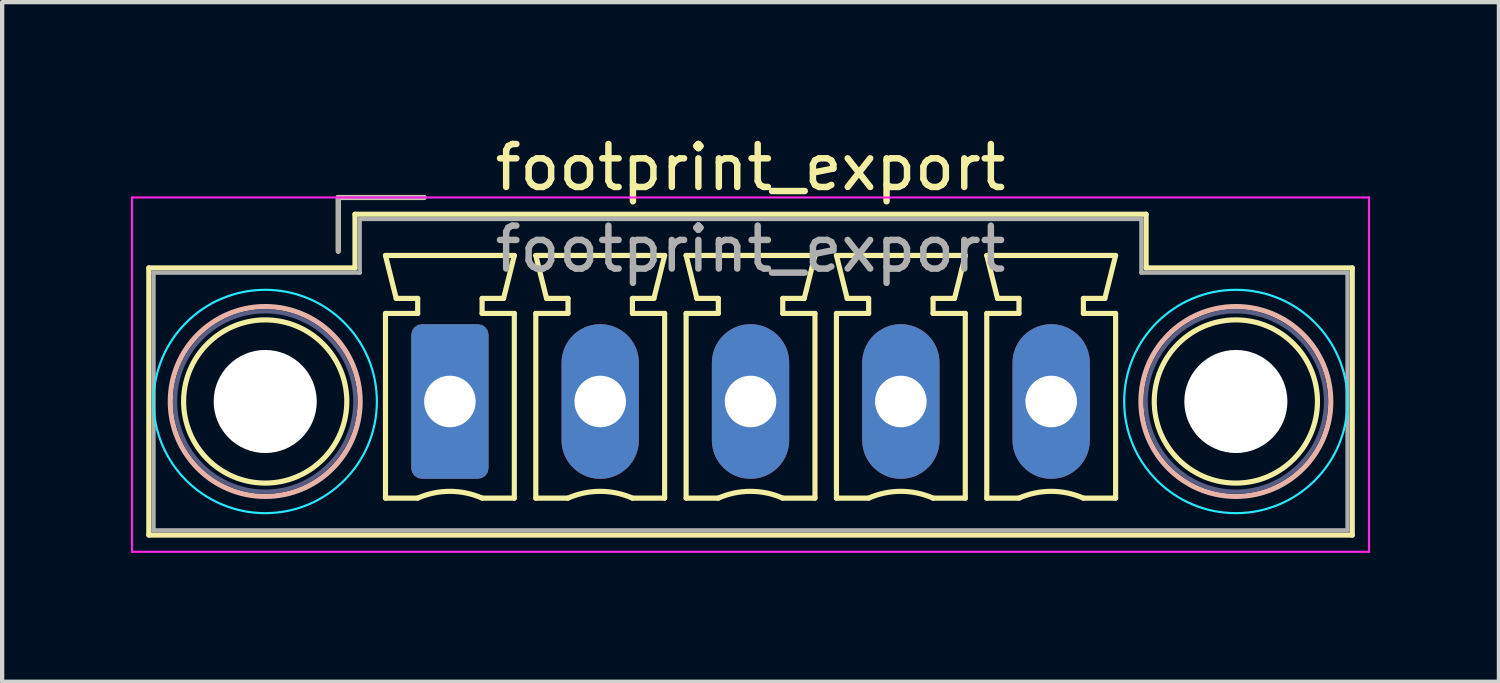
<source format=kicad_pcb>
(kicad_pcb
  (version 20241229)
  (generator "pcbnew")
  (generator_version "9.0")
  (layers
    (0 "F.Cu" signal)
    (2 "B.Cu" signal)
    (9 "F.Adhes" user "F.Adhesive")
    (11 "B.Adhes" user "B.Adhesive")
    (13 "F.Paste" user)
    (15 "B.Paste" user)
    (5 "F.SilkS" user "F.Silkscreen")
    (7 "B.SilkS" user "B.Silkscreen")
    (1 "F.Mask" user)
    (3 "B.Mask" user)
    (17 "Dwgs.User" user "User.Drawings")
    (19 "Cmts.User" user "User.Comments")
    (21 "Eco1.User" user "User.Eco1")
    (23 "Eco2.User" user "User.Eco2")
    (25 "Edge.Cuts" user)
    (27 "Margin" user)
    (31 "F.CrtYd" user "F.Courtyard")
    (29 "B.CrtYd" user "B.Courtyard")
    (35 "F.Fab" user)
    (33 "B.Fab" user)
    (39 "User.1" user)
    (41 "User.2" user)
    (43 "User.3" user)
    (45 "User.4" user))
  (footprint "footprint_export"
    (layer "F.Cu")
    (at 7.425 6.298)
    (property "Reference" "footprint_export" (at 7 -5.45 0) (layer "F.SilkS") (effects (font (size 1 1) (thickness 0.15))))
    (attr through_hole)
    (fp_line (start -7.01 -3.11) (end -7.01 3.11) (stroke (width 0.12) (type solid)) (layer "F.SilkS"))
    (fp_line (start -7.01 3.11) (end 21.01 3.11) (stroke (width 0.12) (type solid)) (layer "F.SilkS"))
    (fp_line (start -2.6 -4.75) (end -0.6 -4.75) (stroke (width 0.12) (type solid)) (layer "F.SilkS"))
    (fp_line (start -2.6 -3.5) (end -2.6 -4.75) (stroke (width 0.12) (type solid)) (layer "F.SilkS"))
    (fp_line (start -2.21 -4.36) (end -2.21 -3.11) (stroke (width 0.12) (type solid)) (layer "F.SilkS"))
    (fp_line (start -2.21 -3.11) (end -7.01 -3.11) (stroke (width 0.12) (type solid)) (layer "F.SilkS"))
    (fp_line (start -1.5 -3.4) (end 1.5 -3.4) (stroke (width 0.12) (type solid)) (layer "F.SilkS"))
    (fp_line (start -1.5 -2.05) (end -0.75 -2.05) (stroke (width 0.12) (type solid)) (layer "F.SilkS"))
    (fp_line (start -1.5 2.25) (end -1.5 -2.05) (stroke (width 0.12) (type solid)) (layer "F.SilkS"))
    (fp_line (start -1.25 -2.4) (end -1.5 -3.4) (stroke (width 0.12) (type solid)) (layer "F.SilkS"))
    (fp_line (start -0.75 -2.4) (end -1.25 -2.4) (stroke (width 0.12) (type solid)) (layer "F.SilkS"))
    (fp_line (start -0.75 -2.05) (end -0.75 -2.4) (stroke (width 0.12) (type solid)) (layer "F.SilkS"))
    (fp_line (start -0.75 2.25) (end -1.5 2.25) (stroke (width 0.12) (type solid)) (layer "F.SilkS"))
    (fp_line (start 0.75 -2.4) (end 0.75 -2.05) (stroke (width 0.12) (type solid)) (layer "F.SilkS"))
    (fp_line (start 0.75 -2.05) (end 1.5 -2.05) (stroke (width 0.12) (type solid)) (layer "F.SilkS"))
    (fp_line (start 1.25 -2.4) (end 0.75 -2.4) (stroke (width 0.12) (type solid)) (layer "F.SilkS"))
    (fp_line (start 1.5 -3.4) (end 1.25 -2.4) (stroke (width 0.12) (type solid)) (layer "F.SilkS"))
    (fp_line (start 1.5 -2.05) (end 1.5 2.25) (stroke (width 0.12) (type solid)) (layer "F.SilkS"))
    (fp_line (start 1.5 2.25) (end 0.75 2.25) (stroke (width 0.12) (type solid)) (layer "F.SilkS"))
    (fp_line (start 2 -3.4) (end 5 -3.4) (stroke (width 0.12) (type solid)) (layer "F.SilkS"))
    (fp_line (start 2 -2.05) (end 2.75 -2.05) (stroke (width 0.12) (type solid)) (layer "F.SilkS"))
    (fp_line (start 2 2.25) (end 2 -2.05) (stroke (width 0.12) (type solid)) (layer "F.SilkS"))
    (fp_line (start 2.25 -2.4) (end 2 -3.4) (stroke (width 0.12) (type solid)) (layer "F.SilkS"))
    (fp_line (start 2.75 -2.4) (end 2.25 -2.4) (stroke (width 0.12) (type solid)) (layer "F.SilkS"))
    (fp_line (start 2.75 -2.05) (end 2.75 -2.4) (stroke (width 0.12) (type solid)) (layer "F.SilkS"))
    (fp_line (start 2.75 2.25) (end 2 2.25) (stroke (width 0.12) (type solid)) (layer "F.SilkS"))
    (fp_line (start 4.25 -2.4) (end 4.25 -2.05) (stroke (width 0.12) (type solid)) (layer "F.SilkS"))
    (fp_line (start 4.25 -2.05) (end 5 -2.05) (stroke (width 0.12) (type solid)) (layer "F.SilkS"))
    (fp_line (start 4.75 -2.4) (end 4.25 -2.4) (stroke (width 0.12) (type solid)) (layer "F.SilkS"))
    (fp_line (start 5 -3.4) (end 4.75 -2.4) (stroke (width 0.12) (type solid)) (layer "F.SilkS"))
    (fp_line (start 5 -2.05) (end 5 2.25) (stroke (width 0.12) (type solid)) (layer "F.SilkS"))
    (fp_line (start 5 2.25) (end 4.25 2.25) (stroke (width 0.12) (type solid)) (layer "F.SilkS"))
    (fp_line (start 5.5 -3.4) (end 8.5 -3.4) (stroke (width 0.12) (type solid)) (layer "F.SilkS"))
    (fp_line (start 5.5 -2.05) (end 6.25 -2.05) (stroke (width 0.12) (type solid)) (layer "F.SilkS"))
    (fp_line (start 5.5 2.25) (end 5.5 -2.05) (stroke (width 0.12) (type solid)) (layer "F.SilkS"))
    (fp_line (start 5.75 -2.4) (end 5.5 -3.4) (stroke (width 0.12) (type solid)) (layer "F.SilkS"))
    (fp_line (start 6.25 -2.4) (end 5.75 -2.4) (stroke (width 0.12) (type solid)) (layer "F.SilkS"))
    (fp_line (start 6.25 -2.05) (end 6.25 -2.4) (stroke (width 0.12) (type solid)) (layer "F.SilkS"))
    (fp_line (start 6.25 2.25) (end 5.5 2.25) (stroke (width 0.12) (type solid)) (layer "F.SilkS"))
    (fp_line (start 7.75 -2.4) (end 7.75 -2.05) (stroke (width 0.12) (type solid)) (layer "F.SilkS"))
    (fp_line (start 7.75 -2.05) (end 8.5 -2.05) (stroke (width 0.12) (type solid)) (layer "F.SilkS"))
    (fp_line (start 8.25 -2.4) (end 7.75 -2.4) (stroke (width 0.12) (type solid)) (layer "F.SilkS"))
    (fp_line (start 8.5 -3.4) (end 8.25 -2.4) (stroke (width 0.12) (type solid)) (layer "F.SilkS"))
    (fp_line (start 8.5 -2.05) (end 8.5 2.25) (stroke (width 0.12) (type solid)) (layer "F.SilkS"))
    (fp_line (start 8.5 2.25) (end 7.75 2.25) (stroke (width 0.12) (type solid)) (layer "F.SilkS"))
    (fp_line (start 9 -3.4) (end 12 -3.4) (stroke (width 0.12) (type solid)) (layer "F.SilkS"))
    (fp_line (start 9 -2.05) (end 9.75 -2.05) (stroke (width 0.12) (type solid)) (layer "F.SilkS"))
    (fp_line (start 9 2.25) (end 9 -2.05) (stroke (width 0.12) (type solid)) (layer "F.SilkS"))
    (fp_line (start 9.25 -2.4) (end 9 -3.4) (stroke (width 0.12) (type solid)) (layer "F.SilkS"))
    (fp_line (start 9.75 -2.4) (end 9.25 -2.4) (stroke (width 0.12) (type solid)) (layer "F.SilkS"))
    (fp_line (start 9.75 -2.05) (end 9.75 -2.4) (stroke (width 0.12) (type solid)) (layer "F.SilkS"))
    (fp_line (start 9.75 2.25) (end 9 2.25) (stroke (width 0.12) (type solid)) (layer "F.SilkS"))
    (fp_line (start 11.25 -2.4) (end 11.25 -2.05) (stroke (width 0.12) (type solid)) (layer "F.SilkS"))
    (fp_line (start 11.25 -2.05) (end 12 -2.05) (stroke (width 0.12) (type solid)) (layer "F.SilkS"))
    (fp_line (start 11.75 -2.4) (end 11.25 -2.4) (stroke (width 0.12) (type solid)) (layer "F.SilkS"))
    (fp_line (start 12 -3.4) (end 11.75 -2.4) (stroke (width 0.12) (type solid)) (layer "F.SilkS"))
    (fp_line (start 12 -2.05) (end 12 2.25) (stroke (width 0.12) (type solid)) (layer "F.SilkS"))
    (fp_line (start 12 2.25) (end 11.25 2.25) (stroke (width 0.12) (type solid)) (layer "F.SilkS"))
    (fp_line (start 12.5 -3.4) (end 15.5 -3.4) (stroke (width 0.12) (type solid)) (layer "F.SilkS"))
    (fp_line (start 12.5 -2.05) (end 13.25 -2.05) (stroke (width 0.12) (type solid)) (layer "F.SilkS"))
    (fp_line (start 12.5 2.25) (end 12.5 -2.05) (stroke (width 0.12) (type solid)) (layer "F.SilkS"))
    (fp_line (start 12.75 -2.4) (end 12.5 -3.4) (stroke (width 0.12) (type solid)) (layer "F.SilkS"))
    (fp_line (start 13.25 -2.4) (end 12.75 -2.4) (stroke (width 0.12) (type solid)) (layer "F.SilkS"))
    (fp_line (start 13.25 -2.05) (end 13.25 -2.4) (stroke (width 0.12) (type solid)) (layer "F.SilkS"))
    (fp_line (start 13.25 2.25) (end 12.5 2.25) (stroke (width 0.12) (type solid)) (layer "F.SilkS"))
    (fp_line (start 14.75 -2.4) (end 14.75 -2.05) (stroke (width 0.12) (type solid)) (layer "F.SilkS"))
    (fp_line (start 14.75 -2.05) (end 15.5 -2.05) (stroke (width 0.12) (type solid)) (layer "F.SilkS"))
    (fp_line (start 15.25 -2.4) (end 14.75 -2.4) (stroke (width 0.12) (type solid)) (layer "F.SilkS"))
    (fp_line (start 15.5 -3.4) (end 15.25 -2.4) (stroke (width 0.12) (type solid)) (layer "F.SilkS"))
    (fp_line (start 15.5 -2.05) (end 15.5 2.25) (stroke (width 0.12) (type solid)) (layer "F.SilkS"))
    (fp_line (start 15.5 2.25) (end 14.75 2.25) (stroke (width 0.12) (type solid)) (layer "F.SilkS"))
    (fp_line (start 16.21 -4.36) (end -2.21 -4.36) (stroke (width 0.12) (type solid)) (layer "F.SilkS"))
    (fp_line (start 16.21 -3.11) (end 16.21 -4.36) (stroke (width 0.12) (type solid)) (layer "F.SilkS"))
    (fp_line (start 21.01 -3.11) (end 16.21 -3.11) (stroke (width 0.12) (type solid)) (layer "F.SilkS"))
    (fp_line (start 21.01 3.11) (end 21.01 -3.11) (stroke (width 0.12) (type solid)) (layer "F.SilkS"))
    (fp_arc (start -0.75 2.25) (mid -0.000193 2.09191) (end 0.749647 2.249844) (stroke (width 0.12) (type solid)) (layer "F.SilkS"))
    (fp_arc (start 2.75 2.25) (mid 3.499807 2.09191) (end 4.249647 2.249844) (stroke (width 0.12) (type solid)) (layer "F.SilkS"))
    (fp_arc (start 6.25 2.25) (mid 6.999807 2.09191) (end 7.749647 2.249844) (stroke (width 0.12) (type solid)) (layer "F.SilkS"))
    (fp_arc (start 9.75 2.25) (mid 10.499807 2.09191) (end 11.249647 2.249844) (stroke (width 0.12) (type solid)) (layer "F.SilkS"))
    (fp_arc (start 13.25 2.25) (mid 13.999807 2.09191) (end 14.749647 2.249844) (stroke (width 0.12) (type solid)) (layer "F.SilkS"))
    (fp_circle (center -4.3 0) (end -2.4 0) (stroke (width 0.12) (type solid)) (fill no) (layer "F.SilkS"))
    (fp_circle (center 18.3 0) (end 20.2 0) (stroke (width 0.12) (type solid)) (fill no) (layer "F.SilkS"))
    (fp_circle (center -4.3 0) (end -2.09 0) (stroke (width 0.12) (type solid)) (fill no) (layer "B.SilkS"))
    (fp_circle (center 18.3 0) (end 20.51 0) (stroke (width 0.12) (type solid)) (fill no) (layer "B.SilkS"))
    (fp_circle (center -4.3 0) (end -1.7 0) (stroke (width 0.05) (type solid)) (fill no) (layer "B.CrtYd"))
    (fp_circle (center 18.3 0) (end 20.9 0) (stroke (width 0.05) (type solid)) (fill no) (layer "B.CrtYd"))
    (fp_line (start -7.4 -4.75) (end -7.4 3.5) (stroke (width 0.05) (type solid)) (layer "F.CrtYd"))
    (fp_line (start -7.4 3.5) (end 21.4 3.5) (stroke (width 0.05) (type solid)) (layer "F.CrtYd"))
    (fp_line (start 21.4 -4.75) (end -7.4 -4.75) (stroke (width 0.05) (type solid)) (layer "F.CrtYd"))
    (fp_line (start 21.4 3.5) (end 21.4 -4.75) (stroke (width 0.05) (type solid)) (layer "F.CrtYd"))
    (fp_circle (center -4.3 0) (end -2.2 0) (stroke (width 0.1) (type solid)) (fill no) (layer "B.Fab"))
    (fp_circle (center 18.3 0) (end 20.4 0) (stroke (width 0.1) (type solid)) (fill no) (layer "B.Fab"))
    (fp_line (start -6.9 -3) (end -6.9 3) (stroke (width 0.1) (type solid)) (layer "F.Fab"))
    (fp_line (start -6.9 3) (end 20.9 3) (stroke (width 0.1) (type solid)) (layer "F.Fab"))
    (fp_line (start -2.6 -4.75) (end -0.6 -4.75) (stroke (width 0.1) (type solid)) (layer "F.Fab"))
    (fp_line (start -2.6 -3.5) (end -2.6 -4.75) (stroke (width 0.1) (type solid)) (layer "F.Fab"))
    (fp_line (start -2.1 -4.25) (end -2.1 -3) (stroke (width 0.1) (type solid)) (layer "F.Fab"))
    (fp_line (start -2.1 -3) (end -6.9 -3) (stroke (width 0.1) (type solid)) (layer "F.Fab"))
    (fp_line (start 16.1 -4.25) (end -2.1 -4.25) (stroke (width 0.1) (type solid)) (layer "F.Fab"))
    (fp_line (start 16.1 -3) (end 16.1 -4.25) (stroke (width 0.1) (type solid)) (layer "F.Fab"))
    (fp_line (start 20.9 -3) (end 16.1 -3) (stroke (width 0.1) (type solid)) (layer "F.Fab"))
    (fp_line (start 20.9 3) (end 20.9 -3) (stroke (width 0.1) (type solid)) (layer "F.Fab"))
    (fp_text user "${REFERENCE}" (at 7 -3.55 0) (layer "F.Fab") (effects (font (size 1 1) (thickness 0.15))))
    (pad "" np_thru_hole circle (at -4.3 0) (size 2.4 2.4) (drill 2.4) (layers "*.Cu" "*.Mask"))
    (pad "" np_thru_hole circle (at 18.3 0) (size 2.4 2.4) (drill 2.4) (layers "*.Cu" "*.Mask"))
    (pad "1" thru_hole roundrect (at 0 0) (size 1.8 3.6) (drill 1.2) (layers "*.Cu" "*.Mask") (roundrect_rratio 0.139))
    (pad "2" thru_hole oval (at 3.5 0) (size 1.8 3.6) (drill 1.2) (layers "*.Cu" "*.Mask"))
    (pad "3" thru_hole oval (at 7 0) (size 1.8 3.6) (drill 1.2) (layers "*.Cu" "*.Mask"))
    (pad "4" thru_hole oval (at 10.5 0) (size 1.8 3.6) (drill 1.2) (layers "*.Cu" "*.Mask"))
    (pad "5" thru_hole oval (at 14 0) (size 1.8 3.6) (drill 1.2) (layers "*.Cu" "*.Mask")))
  (gr_rect
    (start -3 -3)
    (end 31.85 12.823)
    (stroke (width 0.1) (type default))
    (fill no)
    (layer "Edge.Cuts")))
</source>
